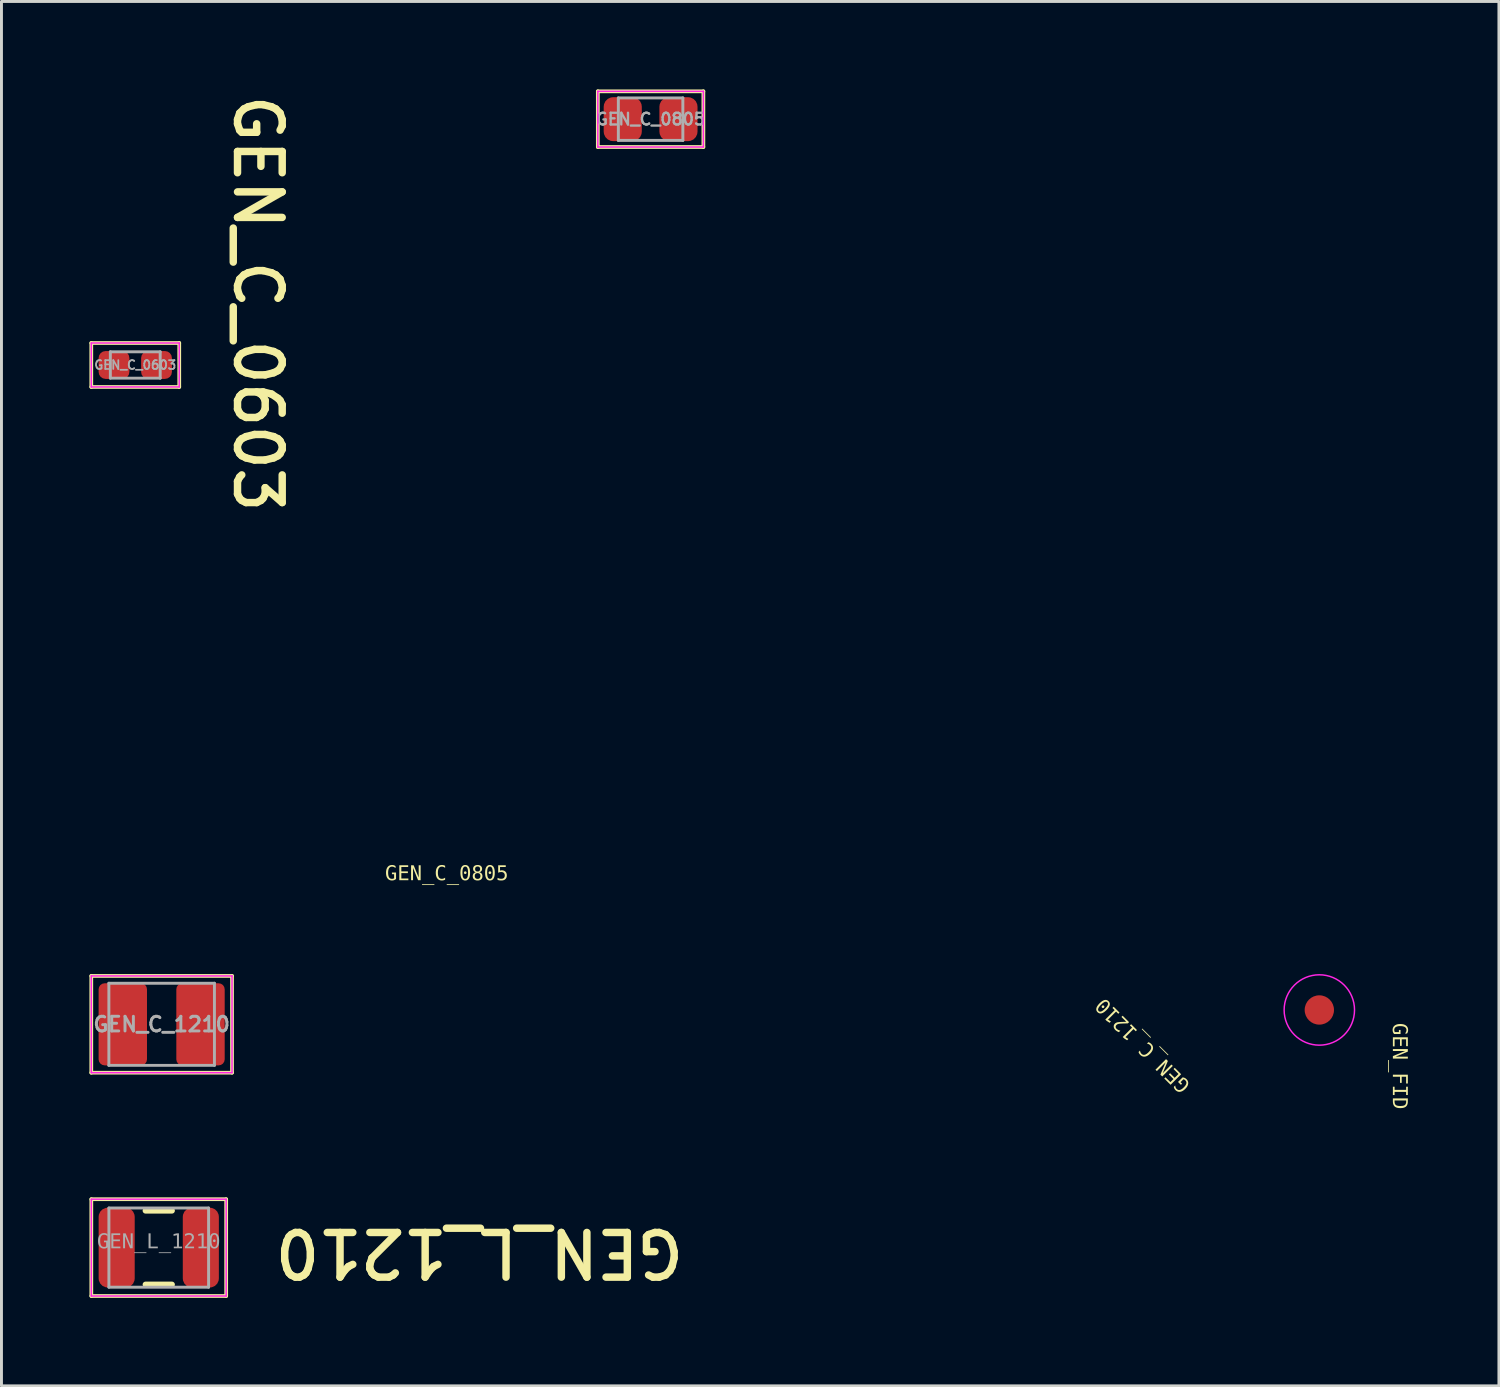
<source format=kicad_pcb>
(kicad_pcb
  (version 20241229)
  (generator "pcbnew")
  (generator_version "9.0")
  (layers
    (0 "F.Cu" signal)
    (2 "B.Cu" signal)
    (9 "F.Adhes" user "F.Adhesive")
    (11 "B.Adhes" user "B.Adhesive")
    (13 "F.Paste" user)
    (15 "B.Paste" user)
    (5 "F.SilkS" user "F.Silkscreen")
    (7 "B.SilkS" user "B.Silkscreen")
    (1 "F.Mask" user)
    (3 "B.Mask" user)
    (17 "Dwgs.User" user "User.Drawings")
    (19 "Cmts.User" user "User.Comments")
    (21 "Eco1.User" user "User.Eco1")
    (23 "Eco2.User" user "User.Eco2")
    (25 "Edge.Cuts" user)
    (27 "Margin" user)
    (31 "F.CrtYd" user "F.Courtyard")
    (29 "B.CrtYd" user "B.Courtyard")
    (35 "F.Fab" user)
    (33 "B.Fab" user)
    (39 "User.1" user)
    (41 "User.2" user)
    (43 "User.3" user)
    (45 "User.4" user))
  (footprint "GEN_L_1210"
    (layer "F.Cu")
    (at 2.364 39.498)
    (property "Reference" "GEN_L_1210" (at 10.936 0.175 180) (unlocked yes) (layer "F.SilkS") (effects (font (size 1.524 1.524) (thickness 0.254))))
    (fp_line (start -2.3 -1.65) (end -2.3 1.65) (stroke (width 0.127) (type solid)) (layer "F.SilkS"))
    (fp_line (start 0.45 -1.26) (end -0.45 -1.26) (stroke (width 0.2) (type solid)) (layer "F.SilkS"))
    (fp_line (start 0.45 1.26) (end -0.45 1.26) (stroke (width 0.2) (type solid)) (layer "F.SilkS"))
    (fp_line (start 2.3 -1.65) (end -2.3 -1.65) (stroke (width 0.127) (type solid)) (layer "F.SilkS"))
    (fp_line (start 2.3 -1.65) (end 2.3 1.65) (stroke (width 0.127) (type solid)) (layer "F.SilkS"))
    (fp_line (start 2.3 1.65) (end -2.3 1.65) (stroke (width 0.127) (type solid)) (layer "F.SilkS"))
    (fp_line (start -2.3 -1.65) (end -2.3 1.65) (stroke (width 0.05) (type solid)) (layer "F.CrtYd"))
    (fp_line (start 2.3 -1.65) (end -2.3 -1.65) (stroke (width 0.05) (type solid)) (layer "F.CrtYd"))
    (fp_line (start 2.3 -1.65) (end 2.3 1.65) (stroke (width 0.05) (type solid)) (layer "F.CrtYd"))
    (fp_line (start 2.3 1.65) (end -2.3 1.65) (stroke (width 0.05) (type solid)) (layer "F.CrtYd"))
    (fp_line (start -1.7 -1.35) (end -1.7 1.35) (stroke (width 0.1) (type solid)) (layer "F.Fab"))
    (fp_line (start 1.7 -1.35) (end -1.7 -1.35) (stroke (width 0.1) (type solid)) (layer "F.Fab"))
    (fp_line (start 1.7 -1.35) (end 1.7 1.35) (stroke (width 0.1) (type solid)) (layer "F.Fab"))
    (fp_line (start 1.7 1.35) (end -1.7 1.35) (stroke (width 0.1) (type solid)) (layer "F.Fab"))
    (fp_text user "${REFERENCE}" (at 0.00001 -0.184 0) (unlocked yes) (layer "F.Fab") (effects (font (face "Consolas") (size 0.5 0.5) (thickness 0.254))))
    (pad "1" smd roundrect (at -1.435 0 90) (size 2.72 1.23) (layers "F.Cu" "F.Mask" "F.Paste") (roundrect_rratio 0.25))
    (pad "2" smd roundrect (at 1.435 0 90) (size 2.72 1.23) (layers "F.Cu" "F.Mask" "F.Paste") (roundrect_rratio 0.25)))
  (footprint "GEN_C_1210"
    (layer "F.Cu")
    (at 2.463 31.883)
    (property "Reference" "GEN_C_1210" (at 33.478 0.705 135) (unlocked yes) (layer "F.SilkS") (effects (font (face "Consolas") (size 0.5 0.5) (thickness 0.125))))
    (attr smd)
    (fp_line (start -2.4 -1.65) (end -2.4 1.65) (stroke (width 0.127) (type solid)) (layer "F.SilkS"))
    (fp_line (start -2.4 -1.65) (end 2.4 -1.65) (stroke (width 0.127) (type solid)) (layer "F.SilkS"))
    (fp_line (start -2.4 1.65) (end 2.4 1.65) (stroke (width 0.127) (type solid)) (layer "F.SilkS"))
    (fp_line (start 2.4 -1.65) (end 2.4 1.65) (stroke (width 0.127) (type solid)) (layer "F.SilkS"))
    (fp_line (start -2.4 -1.65) (end -2.4 1.65) (stroke (width 0.05) (type solid)) (layer "F.CrtYd"))
    (fp_line (start -2.4 -1.65) (end 2.4 -1.65) (stroke (width 0.05) (type solid)) (layer "F.CrtYd"))
    (fp_line (start -2.4 1.65) (end 2.4 1.65) (stroke (width 0.05) (type solid)) (layer "F.CrtYd"))
    (fp_line (start 2.4 -1.65) (end 2.4 1.65) (stroke (width 0.05) (type solid)) (layer "F.CrtYd"))
    (fp_line (start -1.8 -1.4) (end -1.8 1.4) (stroke (width 0.1) (type solid)) (layer "F.Fab"))
    (fp_line (start -1.8 -1.4) (end 1.8 -1.4) (stroke (width 0.1) (type solid)) (layer "F.Fab"))
    (fp_line (start -1.8 1.4) (end 1.8 1.4) (stroke (width 0.1) (type solid)) (layer "F.Fab"))
    (fp_line (start 1.8 -1.4) (end 1.8 1.4) (stroke (width 0.1) (type solid)) (layer "F.Fab"))
    (fp_text user "${REFERENCE}" (at 0 0 0) (unlocked yes) (layer "F.Fab") (effects (font (size 0.5 0.5) (thickness 0.1) (bold yes))))
    (pad "1" smd roundrect (at -1.325 -0.000007 90) (size 2.8 1.65) (layers "F.Cu" "F.Mask" "F.Paste") (roundrect_rratio 0.125))
    (pad "2" smd roundrect (at 1.325 0 90) (size 2.8 1.65) (layers "F.Cu" "F.Mask" "F.Paste") (roundrect_rratio 0.125)))
  (footprint "GEN_C_0805"
    (layer "F.Cu")
    (at 19.138 1.014)
    (property "Reference" "GEN_C_0805" (at -6.953 25.747 0) (unlocked yes) (layer "F.SilkS") (effects (font (face "Consolas") (size 0.5 0.5) (thickness 0.125))))
    (attr smd)
    (fp_line (start -1.8 0.95) (end -1.8 -0.95) (stroke (width 0.127) (type solid)) (layer "F.SilkS"))
    (fp_line (start 1.8 -0.95) (end -1.8 -0.95) (stroke (width 0.127) (type solid)) (layer "F.SilkS"))
    (fp_line (start 1.8 0.95) (end -1.8 0.95) (stroke (width 0.127) (type solid)) (layer "F.SilkS"))
    (fp_line (start 1.8 0.95) (end 1.8 -0.95) (stroke (width 0.127) (type solid)) (layer "F.SilkS"))
    (fp_line (start -1.8 0.95) (end -1.8 -0.95) (stroke (width 0.05) (type solid)) (layer "F.CrtYd"))
    (fp_line (start 1.8 -0.95) (end -1.8 -0.95) (stroke (width 0.05) (type solid)) (layer "F.CrtYd"))
    (fp_line (start 1.8 0.95) (end -1.8 0.95) (stroke (width 0.05) (type solid)) (layer "F.CrtYd"))
    (fp_line (start 1.8 0.95) (end 1.8 -0.95) (stroke (width 0.05) (type solid)) (layer "F.CrtYd"))
    (fp_line (start -1.1 0.725) (end -1.1 -0.725) (stroke (width 0.1) (type solid)) (layer "F.Fab"))
    (fp_line (start 1.1 -0.725) (end -1.1 -0.725) (stroke (width 0.1) (type solid)) (layer "F.Fab"))
    (fp_line (start 1.1 0.725) (end -1.1 0.725) (stroke (width 0.1) (type solid)) (layer "F.Fab"))
    (fp_line (start 1.1 0.725) (end 1.1 -0.725) (stroke (width 0.1) (type solid)) (layer "F.Fab"))
    (fp_text user "${REFERENCE}" (at 0 0 0) (unlocked yes) (layer "F.Fab") (effects (font (size 0.4 0.4) (thickness 0.08) (bold yes))))
    (pad "1" smd roundrect (at -0.95 0 90) (size 1.5 1.3) (layers "F.Cu" "F.Mask" "F.Paste") (roundrect_rratio 0.25))
    (pad "2" smd roundrect (at 0.95 0 90) (size 1.5 1.3) (layers "F.Cu" "F.Mask" "F.Paste") (roundrect_rratio 0.25)))
  (footprint "GEN_C_0603"
    (layer "F.Cu")
    (at 1.563 9.397)
    (property "Reference" "GEN_C_0603" (at 4.179 -2.093 270) (unlocked yes) (layer "F.SilkS") (effects (font (size 1.524 1.524) (thickness 0.254))))
    (attr smd)
    (fp_line (start -1.5 -0.75) (end 1.5 -0.75) (stroke (width 0.127) (type solid)) (layer "F.SilkS"))
    (fp_line (start -1.5 0.75) (end -1.5 -0.75) (stroke (width 0.127) (type solid)) (layer "F.SilkS"))
    (fp_line (start -1.5 0.75) (end 1.5 0.75) (stroke (width 0.127) (type solid)) (layer "F.SilkS"))
    (fp_line (start 1.5 0.75) (end 1.5 -0.75) (stroke (width 0.127) (type solid)) (layer "F.SilkS"))
    (fp_line (start -1.5 -0.75) (end 1.5 -0.75) (stroke (width 0.05) (type solid)) (layer "F.CrtYd"))
    (fp_line (start -1.5 0.75) (end -1.5 -0.75) (stroke (width 0.05) (type solid)) (layer "F.CrtYd"))
    (fp_line (start -1.5 0.75) (end 1.5 0.75) (stroke (width 0.05) (type solid)) (layer "F.CrtYd"))
    (fp_line (start 1.5 0.75) (end 1.5 -0.75) (stroke (width 0.05) (type solid)) (layer "F.CrtYd"))
    (fp_line (start -0.85 -0.45) (end 0.85 -0.45) (stroke (width 0.1) (type solid)) (layer "F.Fab"))
    (fp_line (start -0.85 0.45) (end -0.85 -0.45) (stroke (width 0.1) (type solid)) (layer "F.Fab"))
    (fp_line (start -0.85 0.45) (end 0.85 0.45) (stroke (width 0.1) (type solid)) (layer "F.Fab"))
    (fp_line (start 0.85 0.45) (end 0.85 -0.45) (stroke (width 0.1) (type solid)) (layer "F.Fab"))
    (fp_text user "${REFERENCE}" (at 0 0 0) (unlocked yes) (layer "F.Fab") (effects (font (size 0.3 0.3) (thickness 0.06) (bold yes))))
    (pad "1" smd roundrect (at -0.725 0 90) (size 0.95 1.05) (layers "F.Cu" "F.Mask" "F.Paste") (roundrect_rratio 0.25))
    (pad "2" smd roundrect (at 0.725 0 90) (size 0.95 1.05) (layers "F.Cu" "F.Mask" "F.Paste") (roundrect_rratio 0.25)))
  (footprint "GEN_FID"
    (layer "F.Cu")
    (at 41.944 31.394)
    (property "Reference" "GEN_FID" (at 2.716 1.917 270) (unlocked yes) (layer "F.SilkS") (effects (font (face "Consolas") (size 0.5 0.5) (thickness 0.125))))
    (attr exclude_from_pos_files exclude_from_bom)
    (fp_circle (center 0 0) (end 1 0) (stroke (width 0) (type default)) (fill yes) (layer "F.Mask"))
    (fp_circle (center 0 0) (end 1.2 0) (stroke (width 0.05) (type solid)) (fill no) (layer "F.CrtYd"))
    (pad "1" smd circle (at 0 0) (size 1 1) (layers "F.Cu"))
    (zone (net_name "") (layer "F.Cu") (hatch edge 0.5) (connect_pads) (min_thickness 0.25) (filled_areas_thickness no) (keepout (tracks not_allowed) (vias not_allowed) (pads allowed) (copperpour not_allowed) (footprints allowed)) (placement (enabled no)) (fill) (polygon (pts (xy 43.14 31.3) (xy 43.111 31.114) (xy 43.053 30.935) (xy 42.967 30.767) (xy 42.857 30.615) (xy 42.723 30.482) (xy 42.571 30.371) (xy 42.403 30.285) (xy 42.224 30.227) (xy 42.038 30.198) (xy 41.85 30.198) (xy 41.664 30.227) (xy 41.485 30.285) (xy 41.317 30.371) (xy 41.165 30.482) (xy 41.032 30.615) (xy 40.921 30.767) (xy 40.835 30.935) (xy 40.777 31.114) (xy 40.748 31.3) (xy 40.748 31.488) (xy 40.777 31.674) (xy 40.835 31.853) (xy 40.921 32.021) (xy 41.032 32.173) (xy 41.165 32.307) (xy 41.317 32.417) (xy 41.485 32.503) (xy 41.664 32.561) (xy 41.85 32.59) (xy 42.038 32.59) (xy 42.224 32.561) (xy 42.403 32.503) (xy 42.571 32.417) (xy 42.723 32.307) (xy 42.857 32.173) (xy 42.967 32.021) (xy 43.053 31.853) (xy 43.111 31.674) (xy 43.14 31.488)))))
  (gr_rect
    (start -3 -3)
    (end 48.069 44.212)
    (stroke (width 0.1) (type default))
    (fill no)
    (layer "Edge.Cuts")))
</source>
